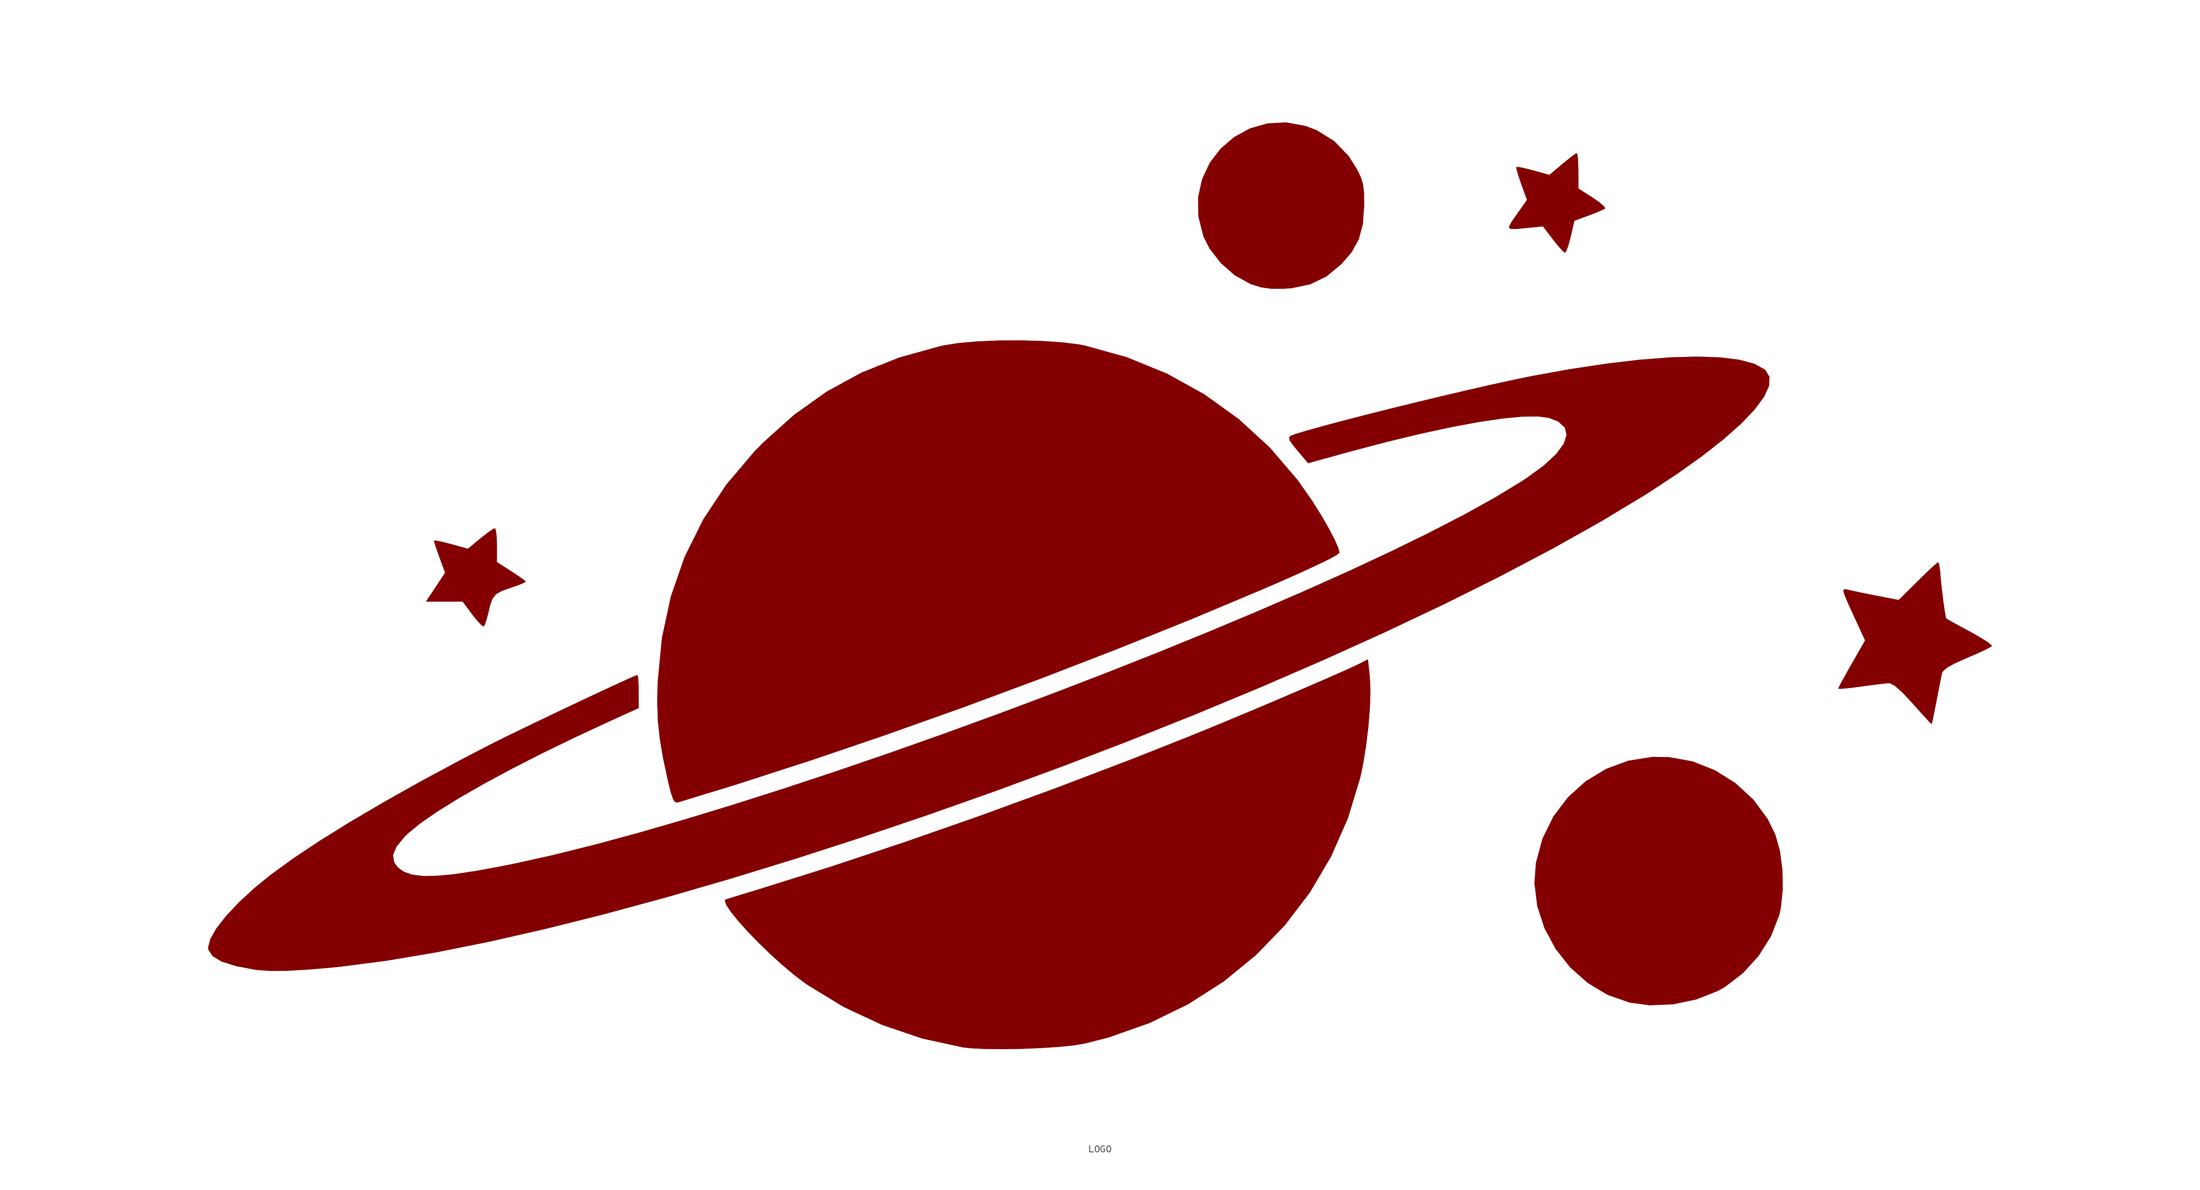
<source format=kicad_sym>
(kicad_symbol_lib
  (version 20220914)
  (generator "bitmap2component")
  (generator_version "8.0")
  (symbol "LOGO"
    (pin_names
      (offset 1.016))
    (property "Reference" "#G"
      (at 0 92.146 0)
      (effects (font (size 1.27 1.27)) hide))
    (symbol "LOGO_0_0"
      (polyline (pts (xy -11.002 -62.269) (xy -8.453 -62.168) (xy -6.065 -62.013) (xy -4.019 -61.808) (xy -2.496 -61.56) (xy 0.745 -60.728) (xy 6.247 -58.784) (xy 11.4 -56.27) (xy 16.165 -53.223) (xy 20.506 -49.678) (xy 24.386 -45.671) (xy 27.768 -41.238) (xy 30.615 -36.415) (xy 32.889 -31.238) (xy 34.554 -25.742) (xy 34.896 -24.132) (xy 35.312 -21.602) (xy 35.632 -18.949) (xy 35.839 -16.373) (xy 35.911 -14.078) (xy 35.832 -12.264) (xy 35.575 -9.888) (xy 34.633 -10.372) (xy 34.504 -10.437) (xy 33.44 -10.94) (xy 31.84 -11.661) (xy 29.801 -12.559) (xy 27.422 -13.593) (xy 24.799 -14.72) (xy 22.031 -15.898) (xy 19.216 -17.085) (xy 16.451 -18.24) (xy 13.835 -19.32) (xy 11.465 -20.284) (xy 3.832 -23.31) (xy -6.374 -27.204) (xy -16.624 -30.951) (xy -26.759 -34.493) (xy -36.617 -37.774) (xy -46.038 -40.737) (xy -46.148 -40.77) (xy -47.793 -41.272) (xy -49.204 -41.703) (xy -50.233 -42.02) (xy -50.734 -42.177) (xy -50.855 -42.341) (xy -50.654 -42.931) (xy -50.038 -43.858) (xy -49.081 -45.044) (xy -47.854 -46.415) (xy -46.431 -47.892) (xy -44.883 -49.399) (xy -43.283 -50.86) (xy -41.704 -52.197) (xy -40.217 -53.333) (xy -39.739 -53.67) (xy -34.914 -56.62) (xy -29.733 -59.042) (xy -24.336 -60.878) (xy -18.866 -62.07) (xy -17.798 -62.188) (xy -15.855 -62.285) (xy -13.53 -62.31) (xy -11.002 -62.269)) (stroke (width 0.01) (type default)) (fill (type outline)))
      (polyline (pts (xy 76.559 -56.278) (xy 79.684 -55.628) (xy 82.588 -54.485) (xy 83.564 -53.936) (xy 85.982 -52.081) (xy 88.087 -49.753) (xy 89.75 -47.112) (xy 90.842 -44.316) (xy 91.066 -43.307) (xy 91.323 -40.824) (xy 91.275 -38.169) (xy 90.936 -35.617) (xy 90.32 -33.445) (xy 89.27 -31.317) (xy 87.361 -28.736) (xy 84.977 -26.541) (xy 82.222 -24.807) (xy 79.203 -23.612) (xy 76.024 -23.032) (xy 73.844 -23.008) (xy 70.61 -23.513) (xy 67.588 -24.622) (xy 64.85 -26.281) (xy 62.466 -28.431) (xy 60.508 -31.016) (xy 59.047 -33.979) (xy 58.155 -37.263) (xy 57.958 -40.001) (xy 58.342 -43.083) (xy 59.311 -46.057) (xy 60.804 -48.83) (xy 62.757 -51.307) (xy 65.109 -53.399) (xy 67.798 -55.01) (xy 70.762 -56.05) (xy 73.429 -56.408) (xy 76.559 -56.278)) (stroke (width 0.01) (type default)) (fill (type outline)))
      (polyline (pts (xy -109.78 -51.772) (xy -107.043 -51.622) (xy -103.685 -51.337) (xy -102.458 -51.213) (xy -96.333 -50.418) (xy -89.665 -49.293) (xy -82.51 -47.856) (xy -74.922 -46.128) (xy -66.958 -44.129) (xy -58.671 -41.878) (xy -50.117 -39.395) (xy -41.352 -36.7) (xy -32.431 -33.814) (xy -23.408 -30.755) (xy -14.339 -27.544) (xy -5.279 -24.201) (xy 3.716 -20.745) (xy 12.592 -17.196) (xy 21.293 -13.575) (xy 29.764 -9.9) (xy 37.95 -6.193) (xy 45.796 -2.473) (xy 53.246 1.241) (xy 60.246 4.929) (xy 66.739 8.57) (xy 72.672 12.144) (xy 73.28 12.527) (xy 77.141 15.067) (xy 80.521 17.478) (xy 83.397 19.74) (xy 85.751 21.832) (xy 87.563 23.734) (xy 88.812 25.424) (xy 89.479 26.884) (xy 89.544 28.091) (xy 88.987 29.025) (xy 88.891 29.108) (xy 87.522 29.864) (xy 85.527 30.404) (xy 82.948 30.727) (xy 79.825 30.836) (xy 76.2 30.731) (xy 72.114 30.414) (xy 67.608 29.885) (xy 62.724 29.146) (xy 57.503 28.199) (xy 57.047 28.108) (xy 54.666 27.611) (xy 51.859 26.991) (xy 48.739 26.276) (xy 45.415 25.494) (xy 42 24.672) (xy 38.606 23.836) (xy 35.343 23.015) (xy 32.324 22.236) (xy 29.659 21.526) (xy 27.461 20.913) (xy 25.84 20.424) (xy 25.773 20.402) (xy 25.206 20.187) (xy 24.969 19.929) (xy 25.093 19.504) (xy 25.612 18.788) (xy 26.556 17.659) (xy 27.536 16.503) (xy 32.73 17.939) (xy 33.48 18.145) (xy 38.238 19.397) (xy 42.679 20.467) (xy 46.753 21.347) (xy 50.41 22.029) (xy 53.601 22.504) (xy 56.277 22.763) (xy 58.389 22.798) (xy 59.886 22.601) (xy 61.151 22.108) (xy 62.038 21.31) (xy 62.281 20.298) (xy 61.888 19.094) (xy 60.868 17.72) (xy 59.227 16.197) (xy 56.974 14.547) (xy 56.022 13.925) (xy 52.541 11.815) (xy 48.449 9.548) (xy 43.8 7.144) (xy 38.648 4.624) (xy 33.045 2.007) (xy 27.047 -0.685) (xy 20.706 -3.433) (xy 14.076 -6.215) (xy 7.212 -9.011) (xy 0.165 -11.8) (xy -7.009 -14.564) (xy -14.257 -17.279) (xy -21.526 -19.928) (xy -28.762 -22.488) (xy -35.912 -24.939) (xy -42.92 -27.261) (xy -49.735 -29.434) (xy -56.303 -31.437) (xy -62.569 -33.249) (xy -68.48 -34.85) (xy -73.982 -36.22) (xy -79.022 -37.338) (xy -80.997 -37.734) (xy -84.431 -38.364) (xy -87.28 -38.787) (xy -89.603 -39.006) (xy -91.457 -39.022) (xy -92.902 -38.838) (xy -93.996 -38.456) (xy -94.799 -37.878) (xy -95.312 -37.183) (xy -95.459 -36.206) (xy -94.994 -35.083) (xy -93.903 -33.743) (xy -93.385 -33.239) (xy -91.7 -31.876) (xy -89.426 -30.307) (xy -86.614 -28.56) (xy -83.312 -26.664) (xy -79.573 -24.648) (xy -75.447 -22.54) (xy -70.984 -20.369) (xy -66.234 -18.162) (xy -62.442 -16.439) (xy -62.442 -14.217) (xy -62.461 -13.155) (xy -62.52 -12.316) (xy -62.603 -11.995) (xy -62.617 -11.996) (xy -63.08 -12.176) (xy -64.074 -12.614) (xy -65.509 -13.269) (xy -67.293 -14.096) (xy -69.333 -15.052) (xy -71.537 -16.094) (xy -73.815 -17.177) (xy -76.074 -18.258) (xy -78.221 -19.295) (xy -80.166 -20.242) (xy -81.816 -21.057) (xy -83.079 -21.696) (xy -85.839 -23.134) (xy -91.404 -26.122) (xy -96.553 -29.008) (xy -101.237 -31.764) (xy -105.406 -34.359) (xy -109.013 -36.766) (xy -112.007 -38.955) (xy -114.095 -40.663) (xy -116.163 -42.569) (xy -117.879 -44.392) (xy -119.181 -46.06) (xy -120.008 -47.502) (xy -120.297 -48.644) (xy -120.268 -48.918) (xy -119.724 -49.783) (xy -118.49 -50.523) (xy -116.566 -51.139) (xy -113.947 -51.633) (xy -113.673 -51.67) (xy -111.966 -51.787) (xy -109.78 -51.772)) (stroke (width 0.01) (type default)) (fill (type outline)))
      (polyline (pts (xy -49.189 -26.678) (xy -39.388 -23.506) (xy -29.254 -20.056) (xy -18.929 -16.38) (xy -8.555 -12.53) (xy 1.724 -8.558) (xy 11.767 -4.516) (xy 21.431 -0.456) (xy 24.29 0.786) (xy 26.882 1.943) (xy 28.959 2.906) (xy 30.486 3.66) (xy 31.428 4.187) (xy 31.75 4.471) (xy 31.584 5.124) (xy 31.074 6.283) (xy 30.277 7.802) (xy 29.254 9.567) (xy 28.064 11.465) (xy 26.117 14.239) (xy 22.396 18.587) (xy 18.198 22.442) (xy 13.567 25.773) (xy 8.549 28.55) (xy 3.189 30.742) (xy -2.47 32.32) (xy -3.181 32.456) (xy -5.446 32.744) (xy -8.142 32.931) (xy -11.081 33.015) (xy -14.075 32.997) (xy -16.935 32.877) (xy -19.473 32.655) (xy -21.501 32.33) (xy -21.904 32.24) (xy -27.422 30.705) (xy -32.477 28.684) (xy -37.156 26.133) (xy -41.546 23.002) (xy -45.733 19.246) (xy -46.88 18.074) (xy -50.658 13.614) (xy -53.788 8.88) (xy -56.272 3.863) (xy -58.113 -1.444) (xy -59.315 -7.048) (xy -59.88 -12.956) (xy -59.887 -13.116) (xy -59.937 -15.779) (xy -59.848 -18.19) (xy -59.595 -20.579) (xy -59.155 -23.175) (xy -58.503 -26.207) (xy -58.432 -26.515) (xy -58.08 -27.905) (xy -57.791 -28.73) (xy -57.516 -29.102) (xy -57.206 -29.134) (xy -49.189 -26.678)) (stroke (width 0.01) (type default)) (fill (type outline)))
      (polyline (pts (xy 111.365 -18.52) (xy 111.499 -17.93) (xy 111.716 -16.877) (xy 111.983 -15.522) (xy 112.076 -15.042) (xy 112.353 -13.619) (xy 112.582 -12.46) (xy 112.719 -11.781) (xy 112.859 -11.482) (xy 113.409 -10.996) (xy 114.449 -10.421) (xy 116.07 -9.699) (xy 116.934 -9.329) (xy 118.17 -8.771) (xy 119.051 -8.335) (xy 119.428 -8.093) (xy 119.345 -7.946) (xy 118.777 -7.51) (xy 117.789 -6.888) (xy 116.506 -6.164) (xy 115.634 -5.694) (xy 114.466 -5.056) (xy 113.642 -4.599) (xy 113.3 -4.398) (xy 113.203 -4.027) (xy 113.057 -3.135) (xy 112.887 -1.91) (xy 112.717 -0.536) (xy 112.573 0.801) (xy 112.477 1.917) (xy 112.463 2.098) (xy 112.35 2.864) (xy 112.208 3.175) (xy 112.036 3.059) (xy 111.445 2.538) (xy 110.55 1.695) (xy 109.467 0.635) (xy 106.91 -1.904) (xy 103.814 -1.303) (xy 103.249 -1.192) (xy 101.804 -0.9) (xy 100.627 -0.651) (xy 99.931 -0.488) (xy 99.79 -0.454) (xy 99.535 -0.463) (xy 99.48 -0.701) (xy 99.65 -1.269) (xy 100.071 -2.271) (xy 100.77 -3.808) (xy 102.397 -7.341) (xy 100.587 -10.504) (xy 100.035 -11.476) (xy 99.386 -12.642) (xy 98.942 -13.469) (xy 98.778 -13.82) (xy 98.848 -13.843) (xy 99.437 -13.822) (xy 100.495 -13.715) (xy 101.865 -13.537) (xy 102.418 -13.46) (xy 103.848 -13.272) (xy 104.997 -13.136) (xy 105.657 -13.079) (xy 105.754 -13.089) (xy 106.445 -13.48) (xy 107.481 -14.415) (xy 108.822 -15.858) (xy 109.622 -16.761) (xy 110.495 -17.726) (xy 111.101 -18.371) (xy 111.343 -18.59) (xy 111.365 -18.52)) (stroke (width 0.01) (type default)) (fill (type outline)))
      (polyline (pts (xy -83.12 -5.238) (xy -82.865 -4.476) (xy -82.591 -3.395) (xy -82.426 -2.695) (xy -82.1 -1.737) (xy -81.613 -1.119) (xy -80.792 -0.664) (xy -79.463 -0.195) (xy -78.703 0.067) (xy -77.916 0.379) (xy -77.611 0.562) (xy -77.862 0.797) (xy -78.562 1.301) (xy -79.551 1.956) (xy -81.492 3.197) (xy -81.492 5.479) (xy -81.527 6.598) (xy -81.624 7.439) (xy -81.763 7.761) (xy -82.074 7.606) (xy -82.788 7.104) (xy -83.712 6.375) (xy -85.389 4.988) (xy -87.674 5.622) (xy -87.698 5.628) (xy -88.837 5.919) (xy -89.649 6.079) (xy -89.958 6.074) (xy -89.871 5.751) (xy -89.599 4.933) (xy -89.205 3.826) (xy -88.451 1.759) (xy -89.737 -0.179) (xy -91.024 -2.117) (xy -88.558 -2.117) (xy -86.091 -2.117) (xy -84.788 -3.863) (xy -84.151 -4.663) (xy -83.566 -5.283) (xy -83.253 -5.467) (xy -83.12 -5.238)) (stroke (width 0.01) (type default)) (fill (type outline)))
      (polyline (pts (xy 24.367 39.975) (xy 25.302 40.042) (xy 27.815 40.564) (xy 29.999 41.623) (xy 32.02 43.291) (xy 33.356 44.839) (xy 34.341 46.617) (xy 34.888 48.659) (xy 35.07 51.153) (xy 35.072 51.394) (xy 35.045 52.913) (xy 34.912 54.015) (xy 34.623 54.957) (xy 34.129 55.992) (xy 32.991 57.794) (xy 31.044 59.82) (xy 28.695 61.278) (xy 27.161 61.861) (xy 24.571 62.331) (xy 22.07 62.197) (xy 19.726 61.523) (xy 17.608 60.372) (xy 15.784 58.808) (xy 14.322 56.896) (xy 13.291 54.698) (xy 12.758 52.279) (xy 12.791 49.702) (xy 13.46 47.032) (xy 14.273 45.398) (xy 15.8 43.424) (xy 17.695 41.767) (xy 19.768 40.62) (xy 19.953 40.548) (xy 21.278 40.14) (xy 22.64 39.965) (xy 24.367 39.975)) (stroke (width 0.01) (type default)) (fill (type outline)))
      (polyline (pts (xy 62.246 45.062) (xy 62.524 45.842) (xy 62.821 46.96) (xy 63.324 49.117) (xy 65.264 49.825) (xy 66.114 50.148) (xy 67.008 50.523) (xy 67.455 50.759) (xy 67.325 51.032) (xy 66.724 51.558) (xy 65.781 52.215) (xy 63.856 53.446) (xy 63.855 55.827) (xy 63.855 55.852) (xy 63.825 57.04) (xy 63.752 57.886) (xy 63.651 58.208) (xy 63.337 58.025) (xy 62.633 57.495) (xy 61.709 56.74) (xy 59.968 55.272) (xy 57.808 55.872) (xy 56.761 56.143) (xy 55.899 56.323) (xy 55.52 56.343) (xy 55.556 56.004) (xy 55.791 55.181) (xy 56.173 54.063) (xy 56.956 51.913) (xy 55.877 50.386) (xy 55.536 49.904) (xy 54.817 48.86) (xy 54.533 48.264) (xy 54.722 48.012) (xy 55.42 47.998) (xy 56.662 48.117) (xy 59.102 48.357) (xy 60.457 46.58) (xy 61.129 45.739) (xy 61.736 45.062) (xy 62.066 44.803) (xy 62.246 45.062)) (stroke (width 0.01) (type default)) (fill (type outline))))))
</source>
